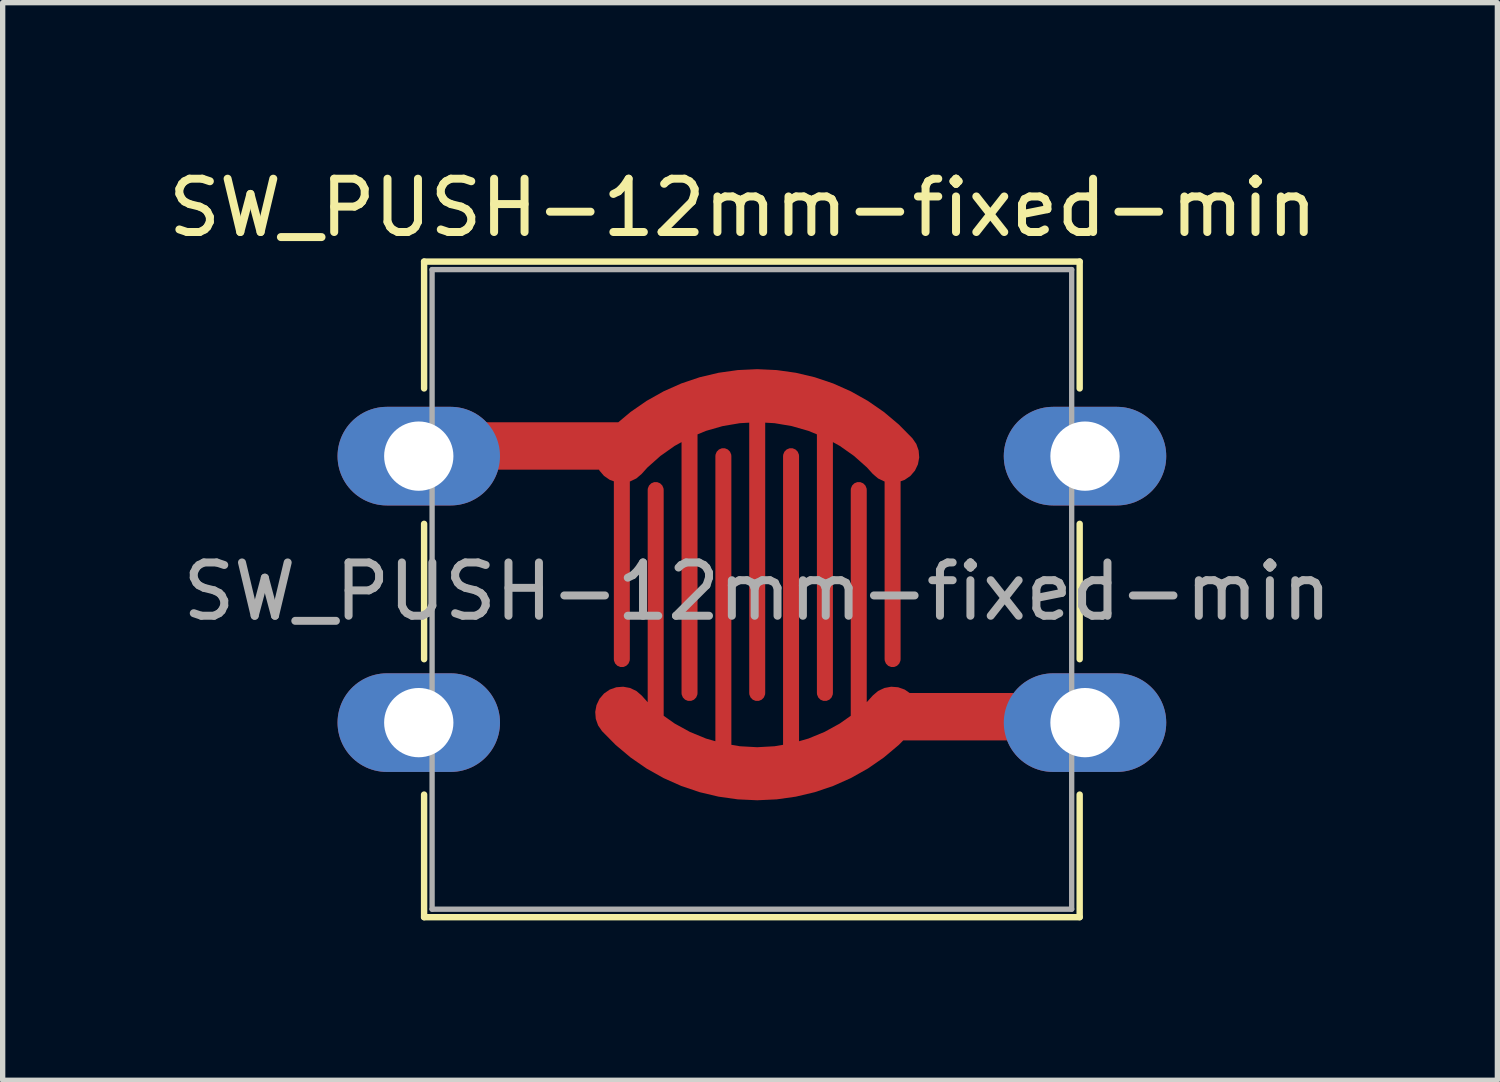
<source format=kicad_pcb>
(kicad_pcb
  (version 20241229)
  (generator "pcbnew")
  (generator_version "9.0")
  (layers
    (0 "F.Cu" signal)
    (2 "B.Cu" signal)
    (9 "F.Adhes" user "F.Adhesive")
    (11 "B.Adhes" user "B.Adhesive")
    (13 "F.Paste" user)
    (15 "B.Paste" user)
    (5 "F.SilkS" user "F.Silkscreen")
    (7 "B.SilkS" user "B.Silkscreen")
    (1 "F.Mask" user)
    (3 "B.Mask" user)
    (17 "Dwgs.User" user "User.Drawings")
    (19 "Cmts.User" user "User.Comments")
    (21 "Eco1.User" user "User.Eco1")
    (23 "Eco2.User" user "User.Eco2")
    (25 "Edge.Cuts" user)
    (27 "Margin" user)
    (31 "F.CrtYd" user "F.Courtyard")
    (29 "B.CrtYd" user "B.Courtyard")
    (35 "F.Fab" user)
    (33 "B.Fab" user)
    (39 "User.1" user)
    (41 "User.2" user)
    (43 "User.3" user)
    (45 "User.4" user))
  (footprint "SW_PUSH-12mm-fixed-min"
    (layer "F.Cu")
    (at 4.807 5.508)
    (property "Reference" "SW_PUSH-12mm-fixed-min" (at 6.08 -4.66 0) (layer "F.SilkS") (effects (font (size 1 1) (thickness 0.15))))
    (attr through_hole)
    (fp_line (start 0.1 -3.65) (end 12.4 -3.65) (stroke (width 0.12) (type solid)) (layer "F.SilkS"))
    (fp_line (start 0.1 -1.27) (end 0.1 -3.65) (stroke (width 0.12) (type solid)) (layer "F.SilkS"))
    (fp_line (start 0.1 3.81) (end 0.1 1.27) (stroke (width 0.12) (type solid)) (layer "F.SilkS"))
    (fp_line (start 0.1 8.65) (end 0.1 6.35) (stroke (width 0.12) (type solid)) (layer "F.SilkS"))
    (fp_line (start 12.4 -3.65) (end 12.4 -1.27) (stroke (width 0.12) (type solid)) (layer "F.SilkS"))
    (fp_line (start 12.4 1.27) (end 12.4 3.81) (stroke (width 0.12) (type solid)) (layer "F.SilkS"))
    (fp_line (start 12.4 6.35) (end 12.4 8.65) (stroke (width 0.12) (type solid)) (layer "F.SilkS"))
    (fp_line (start 12.4 8.65) (end 0.1 8.65) (stroke (width 0.12) (type solid)) (layer "F.SilkS"))
    (fp_line (start 0.25 -3.5) (end 0.25 8.5) (stroke (width 0.1) (type solid)) (layer "F.Fab"))
    (fp_line (start 0.25 -3.5) (end 12.25 -3.5) (stroke (width 0.1) (type solid)) (layer "F.Fab"))
    (fp_line (start 0.25 8.5) (end 12.25 8.5) (stroke (width 0.1) (type solid)) (layer "F.Fab"))
    (fp_line (start 12.25 -3.5) (end 12.25 8.5) (stroke (width 0.1) (type solid)) (layer "F.Fab"))
    (fp_text user "${REFERENCE}" (at 6.35 2.54 0) (layer "F.Fab") (effects (font (size 1 1) (thickness 0.15))))
    (pad "" thru_hole oval (at 0 5) (size 3.048 1.85) (drill 1.3) (layers "*.Cu" "*.Mask"))
    (pad "" thru_hole oval (at 12.5 0) (size 3.048 1.85) (drill 1.3) (layers "*.Cu" "*.Mask"))
    (pad "1" thru_hole oval (at 0 0) (size 3.048 1.85) (drill 1.3) (layers "*.Cu" "*.Mask"))
    (pad "1" smd custom (at 2.413 -0.191) (size 2.794 0.889) (layers "F.Cu" "F.Mask") (options (anchor rect)) (primitives (gr_line (start 1.397 0.191) (end 1.397 4) (width 0.3)) (gr_arc (start 1.397 0.1905) (mid 3.937 -0.940721) (end 6.477 0.1905) (width 1)) (gr_line (start 6.477 0.191) (end 6.477 4) (width 0.3)) (gr_line (start 5.207 -0.445) (end 5.207 4.636) (width 0.3)) (gr_line (start 3.937 -0.941) (end 3.937 4.636) (width 0.3)) (gr_line (start 2.667 -0.445) (end 2.667 4.636) (width 0.3))))
    (pad "2" smd custom (at 10.16 4.889 180) (size 2.54 0.889) (layers "F.Cu" "F.Mask") (options (anchor rect)) (primitives (gr_arc (start 1.27 0.063498) (mid 3.81 -1.067723) (end 6.35 0.063498) (width 1)) (gr_line (start 1.905 -0.191) (end 1.905 4.254) (width 0.3)) (gr_line (start 5.715 -0.826) (end 5.715 4.254) (width 0.3)) (gr_line (start 4.445 -0.826) (end 4.445 4.889) (width 0.3)) (gr_line (start 3.175 -0.826) (end 3.175 4.889) (width 0.3))))
    (pad "2" thru_hole oval (at 12.5 5) (size 3.048 1.85) (drill 1.3) (layers "*.Cu" "*.Mask")))
  (gr_rect
    (start -3 -3)
    (end 25.044 17.218)
    (stroke (width 0.1) (type default))
    (fill no)
    (layer "Edge.Cuts")))
</source>
